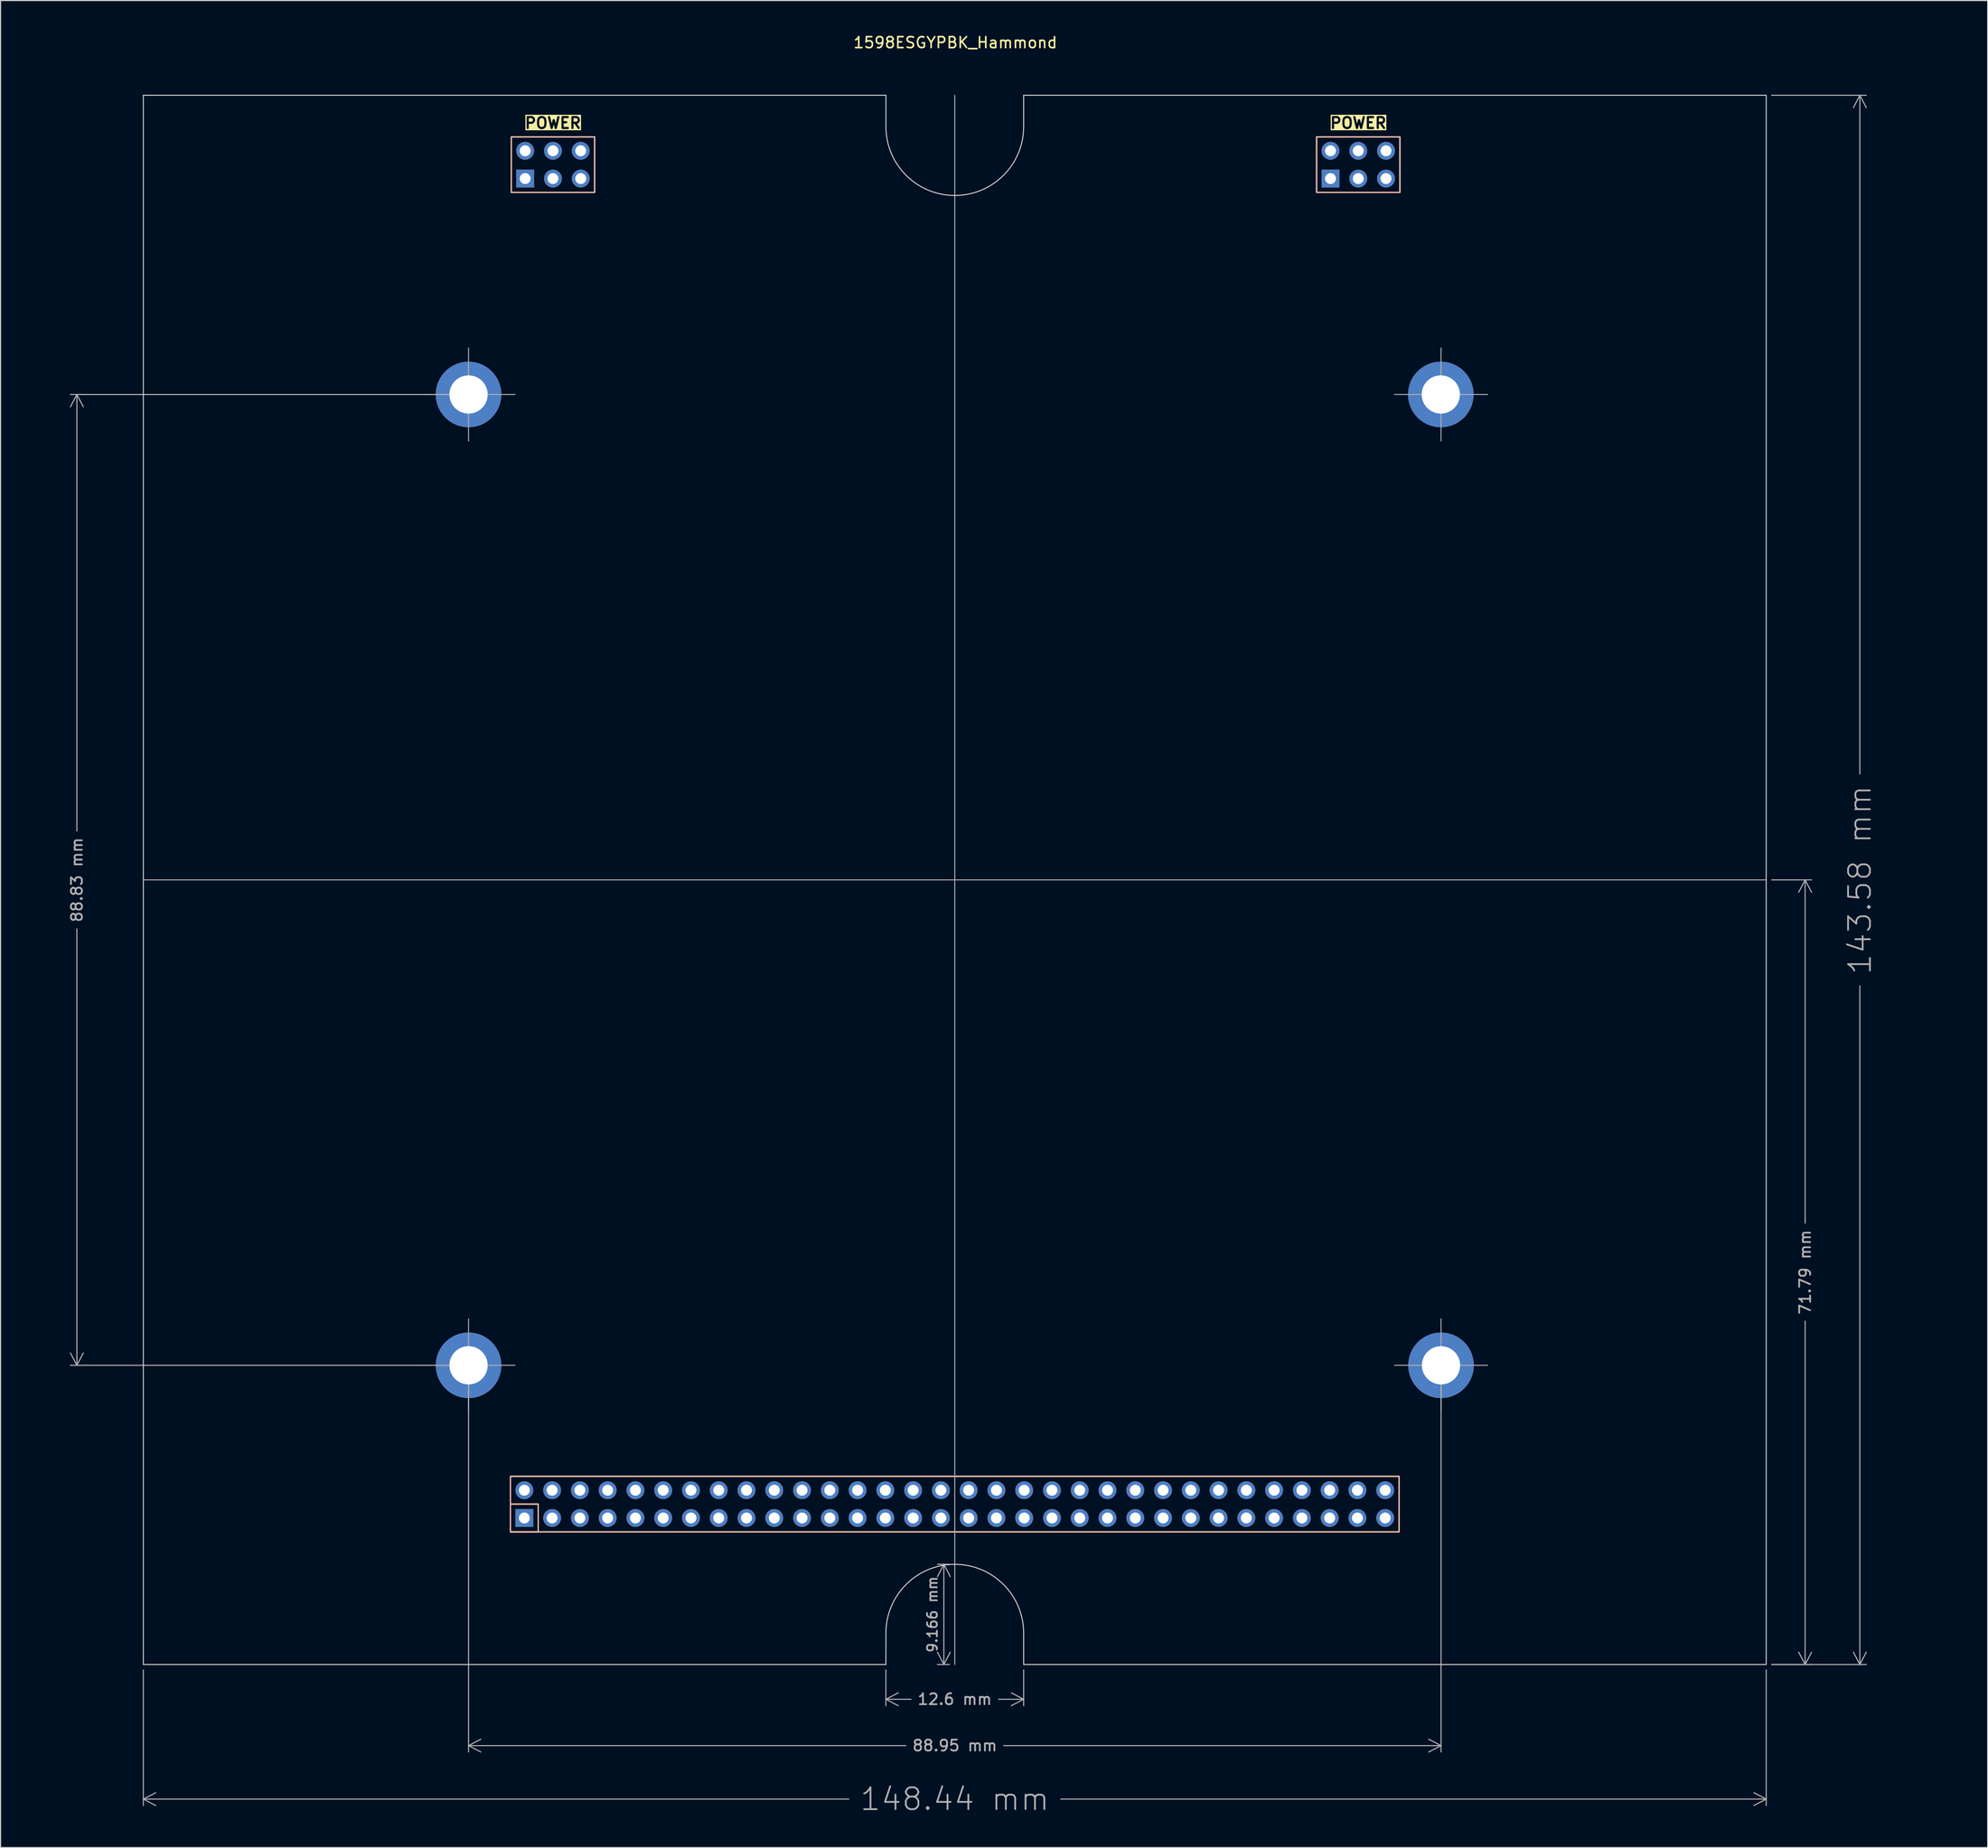
<source format=kicad_pcb>
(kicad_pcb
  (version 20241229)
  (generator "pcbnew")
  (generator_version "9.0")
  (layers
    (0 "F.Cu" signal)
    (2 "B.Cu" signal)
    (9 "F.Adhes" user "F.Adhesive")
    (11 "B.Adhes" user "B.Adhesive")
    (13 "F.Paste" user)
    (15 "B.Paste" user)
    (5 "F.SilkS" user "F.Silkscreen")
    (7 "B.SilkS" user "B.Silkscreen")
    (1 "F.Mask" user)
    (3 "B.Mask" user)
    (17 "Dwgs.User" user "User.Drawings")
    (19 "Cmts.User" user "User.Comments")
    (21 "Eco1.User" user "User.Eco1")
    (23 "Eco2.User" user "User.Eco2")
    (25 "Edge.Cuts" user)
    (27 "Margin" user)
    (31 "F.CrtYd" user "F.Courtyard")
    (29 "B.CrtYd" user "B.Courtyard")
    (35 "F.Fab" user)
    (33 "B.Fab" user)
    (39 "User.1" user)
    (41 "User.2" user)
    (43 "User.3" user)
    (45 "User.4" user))
  (footprint "1598ESGYPBK_Hammond"
    (layer "F.Cu")
    (at 10.062 5.668)
    (property "Reference" "1598ESGYPBK_Hammond" (at 74.27 -4.82 0) (unlocked yes) (layer "F.SilkS") (effects (font (size 1 1) (thickness 0.15))))
    (fp_rect (start 33.579 131.445) (end 114.859 126.365) (stroke (width 0.12) (type default)) (fill no) (layer "F.SilkS"))
    (fp_rect (start 33.655 3.81) (end 41.275 8.89) (stroke (width 0.12) (type default)) (fill no) (layer "F.SilkS"))
    (fp_rect (start 36.119 128.905) (end 33.579 131.445) (stroke (width 0.12) (type default)) (fill no) (layer "F.SilkS"))
    (fp_rect (start 107.315 3.81) (end 114.935 8.89) (stroke (width 0.12) (type default)) (fill no) (layer "F.SilkS"))
    (fp_rect (start 33.579 131.445) (end 36.119 128.905) (stroke (width 0.12) (type default)) (fill no) (layer "B.SilkS"))
    (fp_rect (start 33.655 3.81) (end 41.275 8.89) (stroke (width 0.12) (type default)) (fill no) (layer "B.SilkS"))
    (fp_rect (start 107.315 3.81) (end 114.935 8.89) (stroke (width 0.12) (type default)) (fill no) (layer "B.SilkS"))
    (fp_rect (start 114.859 126.365) (end 33.579 131.445) (stroke (width 0.12) (type default)) (fill no) (layer "B.SilkS"))
    (fp_line (start 0 0) (end 67.921 0) (stroke (width 0.09) (type solid)) (layer "Edge.Cuts"))
    (fp_line (start 0 143.58) (end 0 0) (stroke (width 0.09) (type solid)) (layer "Edge.Cuts"))
    (fp_line (start 67.92 143.58) (end 0 143.58) (stroke (width 0.09) (type solid)) (layer "Edge.Cuts"))
    (fp_line (start 67.921 0) (end 67.921 2.867) (stroke (width 0.09) (type solid)) (layer "Edge.Cuts"))
    (fp_line (start 67.921 140.713) (end 67.92 143.58) (stroke (width 0.09) (type solid)) (layer "Edge.Cuts"))
    (fp_line (start 80.519 0) (end 148.44 0) (stroke (width 0.09) (type solid)) (layer "Edge.Cuts"))
    (fp_line (start 80.519 2.867) (end 80.519 0) (stroke (width 0.09) (type solid)) (layer "Edge.Cuts"))
    (fp_line (start 80.52 143.58) (end 80.519 140.713) (stroke (width 0.09) (type solid)) (layer "Edge.Cuts"))
    (fp_line (start 148.44 0) (end 148.44 143.58) (stroke (width 0.09) (type solid)) (layer "Edge.Cuts"))
    (fp_line (start 148.44 143.58) (end 80.52 143.58) (stroke (width 0.09) (type solid)) (layer "Edge.Cuts"))
    (fp_arc (start 67.920763 140.713252) (mid 74.22 134.414015) (end 80.519238 140.713252) (stroke (width 0.09) (type solid)) (layer "Edge.Cuts"))
    (fp_arc (start 80.519238 2.866843) (mid 74.22 9.166082) (end 67.920763 2.866843) (stroke (width 0.09) (type solid)) (layer "Edge.Cuts"))
    (fp_line (start 0 71.79) (end 148.44 71.79) (stroke (width 0.09) (type solid)) (layer "F.Fab"))
    (fp_line (start 29.745 23.122) (end 29.745 31.628) (stroke (width 0.09) (type solid)) (layer "F.Fab"))
    (fp_line (start 29.745 111.952) (end 29.745 120.458) (stroke (width 0.09) (type solid)) (layer "F.Fab"))
    (fp_line (start 33.998 27.375) (end 25.492 27.375) (stroke (width 0.09) (type solid)) (layer "F.Fab"))
    (fp_line (start 33.998 116.205) (end 25.492 116.205) (stroke (width 0.09) (type solid)) (layer "F.Fab"))
    (fp_line (start 74.22 143.58) (end 74.22 0) (stroke (width 0.09) (type solid)) (layer "F.Fab"))
    (fp_line (start 118.695 23.122) (end 118.695 31.628) (stroke (width 0.09) (type solid)) (layer "F.Fab"))
    (fp_line (start 118.695 111.952) (end 118.695 120.458) (stroke (width 0.09) (type solid)) (layer "F.Fab"))
    (fp_line (start 122.948 27.375) (end 114.442 27.375) (stroke (width 0.09) (type solid)) (layer "F.Fab"))
    (fp_line (start 122.948 116.205) (end 114.442 116.205) (stroke (width 0.09) (type solid)) (layer "F.Fab"))
    (fp_text user "POWER" (at 37.465 2.54 0) (unlocked yes) (layer "F.SilkS" knockout) (effects (font (size 1 1) (thickness 0.2) (bold yes))))
    (fp_text user "POWER" (at 111.125 2.54 0) (unlocked yes) (layer "F.SilkS" knockout) (effects (font (size 1 1) (thickness 0.2) (bold yes))))
    (dimension (type aligned) (layer "F.Fab") (pts (xy 158.502 5.668) (xy 158.502 149.248)) (height -8.565) (format (prefix "") (suffix "") (units 3) (units_format 1) (precision 4) (suppress_zeroes yes)) (style (thickness 0.1) (arrow_length 1.27) (text_position_mode 1) (arrow_direction outward) (extension_height 0.586) (extension_offset 0.5) (keep_text_aligned yes)) (gr_text "143.58 mm" (at 167.067 77.458 90) (layer "F.Fab") (effects (font (size 2 2) (thickness 0.15)))))
    (dimension (type aligned) (layer "F.Fab") (pts (xy 84.282 149.248) (xy 84.282 140.082)) (height -1) (format (prefix "") (suffix "") (units 3) (units_format 1) (precision 4) (suppress_zeroes yes)) (style (thickness 0.1) (arrow_length 1.27) (text_position_mode 0) (arrow_direction outward) (extension_height 0.586) (extension_offset 0.5) (keep_text_aligned yes)) (gr_text "9.166 mm" (at 82.232 144.665 90) (layer "F.Fab") (effects (font (size 0.9 0.9) (thickness 0.15)))))
    (dimension (type aligned) (layer "F.Fab") (pts (xy 10.062 149.248) (xy 158.502 149.248)) (height 12.316) (format (prefix "") (suffix "") (units 3) (units_format 1) (precision 4) (suppress_zeroes yes)) (style (thickness 0.1) (arrow_length 1.27) (text_position_mode 1) (arrow_direction outward) (extension_height 0.586) (extension_offset 0.5) (keep_text_aligned yes)) (gr_text "148.44 mm" (at 84.282 161.564 0) (layer "F.Fab") (effects (font (size 2 2) (thickness 0.15)))))
    (dimension (type aligned) (layer "F.Fab") (pts (xy 39.807 121.873) (xy 39.807 33.043)) (height -35.825) (format (prefix "") (suffix "") (units 3) (units_format 1) (precision 4) (suppress_zeroes yes)) (style (thickness 0.1) (arrow_length 1.27) (text_position_mode 1) (arrow_direction outward) (extension_height 0.586) (extension_offset 0.5) (keep_text_aligned yes)) (gr_text "88.83 mm" (at 3.982 77.458 90) (layer "F.Fab") (effects (font (size 1 1) (thickness 0.15)))))
    (dimension (type aligned) (layer "F.Fab") (pts (xy 77.982 149.248) (xy 90.582 149.248)) (height 3.181) (format (prefix "") (suffix "") (units 3) (units_format 1) (precision 4) (suppress_zeroes yes)) (style (thickness 0.1) (arrow_length 1.27) (text_position_mode 1) (arrow_direction outward) (extension_height 0.586) (extension_offset 0.5) (keep_text_aligned yes)) (gr_text "12.6 mm" (at 84.282 152.429 0) (layer "F.Fab") (effects (font (size 1 1) (thickness 0.15)))))
    (dimension (type aligned) (layer "F.Fab") (pts (xy 39.807 121.873) (xy 128.757 121.873)) (height 34.797) (format (prefix "") (suffix "") (units 3) (units_format 1) (precision 4) (suppress_zeroes yes)) (style (thickness 0.1) (arrow_length 1.27) (text_position_mode 1) (arrow_direction outward) (extension_height 0.586) (extension_offset 0.5) (keep_text_aligned yes)) (gr_text "88.95 mm" (at 84.282 156.67 0) (layer "F.Fab") (effects (font (size 1 1) (thickness 0.15)))))
    (dimension (type aligned) (layer "F.Fab") (pts (xy 158.502 77.458) (xy 158.502 149.248)) (height -3.56) (format (prefix "") (suffix "") (units 3) (units_format 1) (precision 4) (suppress_zeroes yes)) (style (thickness 0.1) (arrow_length 1.27) (text_position_mode 1) (arrow_direction outward) (extension_height 0.586) (extension_offset 0.5) (keep_text_aligned yes)) (gr_text "71.79 mm" (at 162.062 113.353 90) (layer "F.Fab") (effects (font (size 1 1) (thickness 0.15)))))
    (pad "0" thru_hole circle (at 29.745 27.375) (size 6 6) (drill 3.5) (layers "*.Cu" "*.Mask"))
    (pad "0" thru_hole circle (at 29.745 116.205) (size 6 6) (drill 3.5) (layers "*.Cu" "*.Mask"))
    (pad "0" thru_hole circle (at 118.675 27.375) (size 6 6) (drill 3.5) (layers "*.Cu" "*.Mask"))
    (pad "0" thru_hole circle (at 118.695 116.205) (size 6 6) (drill 3.5) (layers "*.Cu" "*.Mask"))
    (pad "1" thru_hole rect (at 34.849 130.175 90) (size 1.635 1.635) (drill 1) (layers "*.Cu" "*.Mask"))
    (pad "2" thru_hole circle (at 34.849 127.635 90) (size 1.635 1.635) (drill 1) (layers "*.Cu" "*.Mask"))
    (pad "3" thru_hole circle (at 37.389 130.175 90) (size 1.635 1.635) (drill 1) (layers "*.Cu" "*.Mask"))
    (pad "4" thru_hole circle (at 37.389 127.635 90) (size 1.635 1.635) (drill 1) (layers "*.Cu" "*.Mask"))
    (pad "5" thru_hole circle (at 39.929 130.175 90) (size 1.635 1.635) (drill 1) (layers "*.Cu" "*.Mask"))
    (pad "6" thru_hole circle (at 39.929 127.635 90) (size 1.635 1.635) (drill 1) (layers "*.Cu" "*.Mask"))
    (pad "7" thru_hole circle (at 42.469 130.175 90) (size 1.635 1.635) (drill 1) (layers "*.Cu" "*.Mask"))
    (pad "8" thru_hole circle (at 42.469 127.635 90) (size 1.635 1.635) (drill 1) (layers "*.Cu" "*.Mask"))
    (pad "9" thru_hole circle (at 45.009 130.175 90) (size 1.635 1.635) (drill 1) (layers "*.Cu" "*.Mask"))
    (pad "10" thru_hole circle (at 45.009 127.635 90) (size 1.635 1.635) (drill 1) (layers "*.Cu" "*.Mask"))
    (pad "11" thru_hole circle (at 47.549 130.175 90) (size 1.635 1.635) (drill 1) (layers "*.Cu" "*.Mask"))
    (pad "12" thru_hole circle (at 47.549 127.635 90) (size 1.635 1.635) (drill 1) (layers "*.Cu" "*.Mask"))
    (pad "13" thru_hole circle (at 50.089 130.175 90) (size 1.635 1.635) (drill 1) (layers "*.Cu" "*.Mask"))
    (pad "14" thru_hole circle (at 50.089 127.635 90) (size 1.635 1.635) (drill 1) (layers "*.Cu" "*.Mask"))
    (pad "15" thru_hole circle (at 52.629 130.175 90) (size 1.635 1.635) (drill 1) (layers "*.Cu" "*.Mask"))
    (pad "16" thru_hole circle (at 52.629 127.635 90) (size 1.635 1.635) (drill 1) (layers "*.Cu" "*.Mask"))
    (pad "17" thru_hole circle (at 55.169 130.175 90) (size 1.635 1.635) (drill 1) (layers "*.Cu" "*.Mask"))
    (pad "18" thru_hole circle (at 55.169 127.635 90) (size 1.635 1.635) (drill 1) (layers "*.Cu" "*.Mask"))
    (pad "19" thru_hole circle (at 57.709 130.175 90) (size 1.635 1.635) (drill 1) (layers "*.Cu" "*.Mask"))
    (pad "20" thru_hole circle (at 57.709 127.635 90) (size 1.635 1.635) (drill 1) (layers "*.Cu" "*.Mask"))
    (pad "21" thru_hole circle (at 60.249 130.175 90) (size 1.635 1.635) (drill 1) (layers "*.Cu" "*.Mask"))
    (pad "22" thru_hole circle (at 60.249 127.635 90) (size 1.635 1.635) (drill 1) (layers "*.Cu" "*.Mask"))
    (pad "23" thru_hole circle (at 62.789 130.175 90) (size 1.635 1.635) (drill 1) (layers "*.Cu" "*.Mask"))
    (pad "24" thru_hole circle (at 62.789 127.635 90) (size 1.635 1.635) (drill 1) (layers "*.Cu" "*.Mask"))
    (pad "25" thru_hole circle (at 65.329 130.175 90) (size 1.635 1.635) (drill 1) (layers "*.Cu" "*.Mask"))
    (pad "26" thru_hole circle (at 65.329 127.635 90) (size 1.635 1.635) (drill 1) (layers "*.Cu" "*.Mask"))
    (pad "27" thru_hole circle (at 67.869 130.175 90) (size 1.635 1.635) (drill 1) (layers "*.Cu" "*.Mask"))
    (pad "28" thru_hole circle (at 67.869 127.635 90) (size 1.635 1.635) (drill 1) (layers "*.Cu" "*.Mask"))
    (pad "29" thru_hole circle (at 70.409 130.175 90) (size 1.635 1.635) (drill 1) (layers "*.Cu" "*.Mask"))
    (pad "30" thru_hole circle (at 70.409 127.635 90) (size 1.635 1.635) (drill 1) (layers "*.Cu" "*.Mask"))
    (pad "31" thru_hole circle (at 72.949 130.175 90) (size 1.635 1.635) (drill 1) (layers "*.Cu" "*.Mask"))
    (pad "32" thru_hole circle (at 72.949 127.635 90) (size 1.635 1.635) (drill 1) (layers "*.Cu" "*.Mask"))
    (pad "33" thru_hole circle (at 75.489 130.175 90) (size 1.635 1.635) (drill 1) (layers "*.Cu" "*.Mask"))
    (pad "34" thru_hole circle (at 75.489 127.635 90) (size 1.635 1.635) (drill 1) (layers "*.Cu" "*.Mask"))
    (pad "35" thru_hole circle (at 78.029 130.175 90) (size 1.635 1.635) (drill 1) (layers "*.Cu" "*.Mask"))
    (pad "36" thru_hole circle (at 78.029 127.635 90) (size 1.635 1.635) (drill 1) (layers "*.Cu" "*.Mask"))
    (pad "37" thru_hole circle (at 80.569 130.175 90) (size 1.635 1.635) (drill 1) (layers "*.Cu" "*.Mask"))
    (pad "38" thru_hole circle (at 80.569 127.635 90) (size 1.635 1.635) (drill 1) (layers "*.Cu" "*.Mask"))
    (pad "39" thru_hole circle (at 83.109 130.175 90) (size 1.635 1.635) (drill 1) (layers "*.Cu" "*.Mask"))
    (pad "40" thru_hole circle (at 83.109 127.635 90) (size 1.635 1.635) (drill 1) (layers "*.Cu" "*.Mask"))
    (pad "41" thru_hole circle (at 85.649 130.175 90) (size 1.635 1.635) (drill 1) (layers "*.Cu" "*.Mask"))
    (pad "42" thru_hole circle (at 85.649 127.635 90) (size 1.635 1.635) (drill 1) (layers "*.Cu" "*.Mask"))
    (pad "43" thru_hole circle (at 88.189 130.175 90) (size 1.635 1.635) (drill 1) (layers "*.Cu" "*.Mask"))
    (pad "44" thru_hole circle (at 88.189 127.635 90) (size 1.635 1.635) (drill 1) (layers "*.Cu" "*.Mask"))
    (pad "45" thru_hole circle (at 90.729 130.175 90) (size 1.635 1.635) (drill 1) (layers "*.Cu" "*.Mask"))
    (pad "46" thru_hole circle (at 90.729 127.635 90) (size 1.635 1.635) (drill 1) (layers "*.Cu" "*.Mask"))
    (pad "47" thru_hole circle (at 93.269 130.175 90) (size 1.635 1.635) (drill 1) (layers "*.Cu" "*.Mask"))
    (pad "48" thru_hole circle (at 93.269 127.635 90) (size 1.635 1.635) (drill 1) (layers "*.Cu" "*.Mask"))
    (pad "49" thru_hole circle (at 95.809 130.175 90) (size 1.635 1.635) (drill 1) (layers "*.Cu" "*.Mask"))
    (pad "50" thru_hole circle (at 95.809 127.635 90) (size 1.635 1.635) (drill 1) (layers "*.Cu" "*.Mask"))
    (pad "51" thru_hole circle (at 98.349 130.175 90) (size 1.635 1.635) (drill 1) (layers "*.Cu" "*.Mask"))
    (pad "52" thru_hole circle (at 98.349 127.635 90) (size 1.635 1.635) (drill 1) (layers "*.Cu" "*.Mask"))
    (pad "53" thru_hole circle (at 100.889 130.175 90) (size 1.635 1.635) (drill 1) (layers "*.Cu" "*.Mask"))
    (pad "54" thru_hole circle (at 100.889 127.635 90) (size 1.635 1.635) (drill 1) (layers "*.Cu" "*.Mask"))
    (pad "55" thru_hole circle (at 103.429 130.175 90) (size 1.635 1.635) (drill 1) (layers "*.Cu" "*.Mask"))
    (pad "56" thru_hole circle (at 103.429 127.635 90) (size 1.635 1.635) (drill 1) (layers "*.Cu" "*.Mask"))
    (pad "57" thru_hole circle (at 105.969 130.175 90) (size 1.635 1.635) (drill 1) (layers "*.Cu" "*.Mask"))
    (pad "58" thru_hole circle (at 105.969 127.635 90) (size 1.635 1.635) (drill 1) (layers "*.Cu" "*.Mask"))
    (pad "59" thru_hole circle (at 108.509 130.175 90) (size 1.635 1.635) (drill 1) (layers "*.Cu" "*.Mask"))
    (pad "60" thru_hole circle (at 108.509 127.635 90) (size 1.635 1.635) (drill 1) (layers "*.Cu" "*.Mask"))
    (pad "61" thru_hole circle (at 111.049 130.175 90) (size 1.635 1.635) (drill 1) (layers "*.Cu" "*.Mask"))
    (pad "62" thru_hole circle (at 111.049 127.635 90) (size 1.635 1.635) (drill 1) (layers "*.Cu" "*.Mask"))
    (pad "63" thru_hole circle (at 113.589 130.175 90) (size 1.635 1.635) (drill 1) (layers "*.Cu" "*.Mask"))
    (pad "64" thru_hole circle (at 113.589 127.635 90) (size 1.635 1.635) (drill 1) (layers "*.Cu" "*.Mask"))
    (pad "65" thru_hole rect (at 34.925 7.62) (size 1.635 1.635) (drill 1) (layers "*.Cu" "*.Mask"))
    (pad "66" thru_hole circle (at 34.925 5.08) (size 1.635 1.635) (drill 1) (layers "*.Cu" "*.Mask"))
    (pad "67" thru_hole circle (at 37.465 7.62) (size 1.635 1.635) (drill 1) (layers "*.Cu" "*.Mask"))
    (pad "68" thru_hole circle (at 37.465 5.08) (size 1.635 1.635) (drill 1) (layers "*.Cu" "*.Mask"))
    (pad "69" thru_hole circle (at 40.005 7.62) (size 1.635 1.635) (drill 1) (layers "*.Cu" "*.Mask"))
    (pad "70" thru_hole circle (at 40.005 5.08) (size 1.635 1.635) (drill 1) (layers "*.Cu" "*.Mask"))
    (pad "71" thru_hole rect (at 108.585 7.62) (size 1.635 1.635) (drill 1) (layers "*.Cu" "*.Mask"))
    (pad "72" thru_hole circle (at 108.585 5.08) (size 1.635 1.635) (drill 1) (layers "*.Cu" "*.Mask"))
    (pad "73" thru_hole circle (at 111.125 7.62) (size 1.635 1.635) (drill 1) (layers "*.Cu" "*.Mask"))
    (pad "74" thru_hole circle (at 111.125 5.08) (size 1.635 1.635) (drill 1) (layers "*.Cu" "*.Mask"))
    (pad "75" thru_hole circle (at 113.665 7.62) (size 1.635 1.635) (drill 1) (layers "*.Cu" "*.Mask"))
    (pad "76" thru_hole circle (at 113.665 5.08) (size 1.635 1.635) (drill 1) (layers "*.Cu" "*.Mask")))
  (gr_rect
    (start -3 -3)
    (end 178.758 165.997)
    (stroke (width 0.1) (type default))
    (fill no)
    (layer "Edge.Cuts")))
</source>
